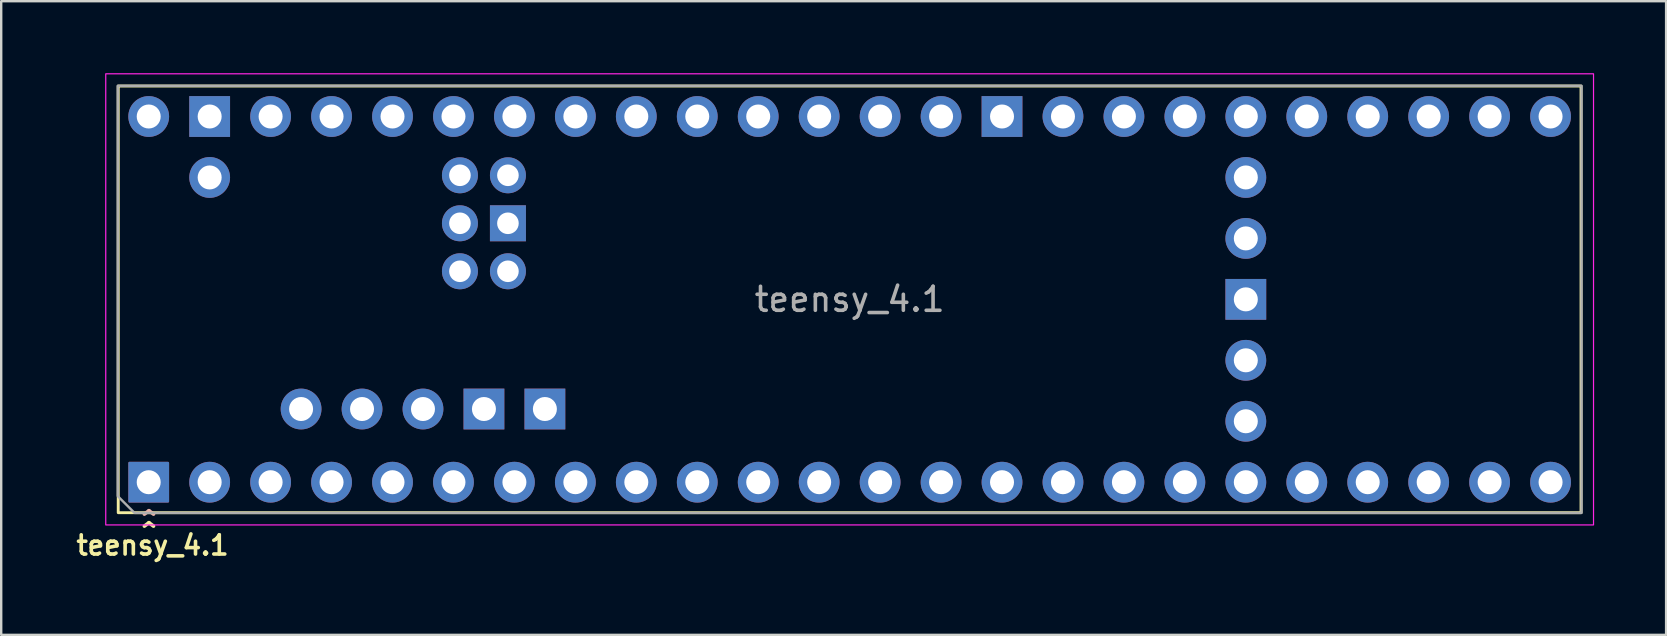
<source format=kicad_pcb>
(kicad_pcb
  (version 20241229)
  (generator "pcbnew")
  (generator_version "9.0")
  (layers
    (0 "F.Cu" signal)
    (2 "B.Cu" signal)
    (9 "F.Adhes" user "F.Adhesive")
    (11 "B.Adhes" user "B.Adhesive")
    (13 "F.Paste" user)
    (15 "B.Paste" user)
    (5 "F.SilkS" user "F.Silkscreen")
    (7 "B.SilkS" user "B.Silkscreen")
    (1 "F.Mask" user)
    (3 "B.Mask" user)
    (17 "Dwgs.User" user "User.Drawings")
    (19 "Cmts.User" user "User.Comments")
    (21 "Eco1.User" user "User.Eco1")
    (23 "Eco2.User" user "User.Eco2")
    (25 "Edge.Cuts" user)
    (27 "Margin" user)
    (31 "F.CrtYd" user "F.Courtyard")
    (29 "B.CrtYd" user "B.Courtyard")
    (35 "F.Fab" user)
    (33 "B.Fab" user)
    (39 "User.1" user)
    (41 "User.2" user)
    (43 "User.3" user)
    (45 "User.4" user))
  (footprint "teensy_4.1"
    (layer "F.Cu")
    (at 32.357 9.425)
    (property "Reference" "teensy_4.1" (at -29.05 10.25 0) (unlocked yes) (layer "F.SilkS") (effects (font (size 0.8 0.8) (thickness 0.15))))
    (attr through_hole)
    (fp_rect (start -30.48 8.89) (end 30.48 -8.89) (stroke (width 0.12) (type solid)) (fill no) (layer "F.SilkS"))
    (fp_rect (start -31 -9.4) (end 31 9.4) (stroke (width 0.05) (type solid)) (fill no) (layer "F.CrtYd"))
    (fp_poly (pts (xy -30.5 8.2) (xy -29.8 8.9) (xy 30.5 8.9) (xy 30.5 -8.9) (xy -30.5 -8.9)) (stroke (width 0.1) (type solid)) (fill no) (layer "F.Fab"))
    (fp_text user "^" (at -29.2 9.9 0) (unlocked yes) (layer "F.SilkS") (effects (font (size 1 1) (thickness 0.15))))
    (fp_text user "^" (at -29.2 9.4 0) (unlocked yes) (layer "B.SilkS") (effects (font (size 1 1) (thickness 0.15)) (justify mirror)))
    (fp_text user "${REFERENCE}" (at 0 0 0) (layer "F.Fab") (effects (font (size 1 1) (thickness 0.15))))
    (pad "1" thru_hole roundrect (at -29.21 7.62) (size 1.7 1.7) (drill 1) (layers "*.Cu" "*.Mask") (remove_unused_layers yes) (keep_end_layers yes) (zone_layer_connections) (roundrect_rratio 0.029))
    (pad "2" thru_hole circle (at -26.67 7.62) (size 1.7 1.7) (drill 1) (layers "*.Cu" "*.Mask") (remove_unused_layers yes) (keep_end_layers yes) (zone_layer_connections))
    (pad "3" thru_hole circle (at -24.13 7.62) (size 1.7 1.7) (drill 1) (layers "*.Cu" "*.Mask") (remove_unused_layers yes) (keep_end_layers yes) (zone_layer_connections))
    (pad "4" thru_hole circle (at -21.59 7.62) (size 1.7 1.7) (drill 1) (layers "*.Cu" "*.Mask") (remove_unused_layers yes) (keep_end_layers yes) (zone_layer_connections))
    (pad "5" thru_hole circle (at -19.05 7.62) (size 1.7 1.7) (drill 1) (layers "*.Cu" "*.Mask") (remove_unused_layers yes) (keep_end_layers yes) (zone_layer_connections))
    (pad "6" thru_hole circle (at -16.51 7.62) (size 1.7 1.7) (drill 1) (layers "*.Cu" "*.Mask") (remove_unused_layers yes) (keep_end_layers yes) (zone_layer_connections))
    (pad "7" thru_hole circle (at -13.97 7.62) (size 1.7 1.7) (drill 1) (layers "*.Cu" "*.Mask") (remove_unused_layers yes) (keep_end_layers yes) (zone_layer_connections))
    (pad "8" thru_hole circle (at -11.43 7.62) (size 1.7 1.7) (drill 1) (layers "*.Cu" "*.Mask") (remove_unused_layers yes) (keep_end_layers yes) (zone_layer_connections))
    (pad "9" thru_hole circle (at -8.89 7.62) (size 1.7 1.7) (drill 1) (layers "*.Cu" "*.Mask") (remove_unused_layers yes) (keep_end_layers yes) (zone_layer_connections))
    (pad "10" thru_hole circle (at -6.35 7.62) (size 1.7 1.7) (drill 1) (layers "*.Cu" "*.Mask") (remove_unused_layers yes) (keep_end_layers yes) (zone_layer_connections))
    (pad "11" thru_hole circle (at -3.81 7.62) (size 1.7 1.7) (drill 1) (layers "*.Cu" "*.Mask") (remove_unused_layers yes) (keep_end_layers yes) (zone_layer_connections))
    (pad "12" thru_hole circle (at -1.27 7.62) (size 1.7 1.7) (drill 1) (layers "*.Cu" "*.Mask") (remove_unused_layers yes) (keep_end_layers yes) (zone_layer_connections))
    (pad "13" thru_hole circle (at 1.27 7.62) (size 1.7 1.7) (drill 1) (layers "*.Cu" "*.Mask") (remove_unused_layers yes) (keep_end_layers yes) (zone_layer_connections))
    (pad "14" thru_hole circle (at 3.81 7.62) (size 1.7 1.7) (drill 1) (layers "*.Cu" "*.Mask") (remove_unused_layers yes) (keep_end_layers yes) (zone_layer_connections))
    (pad "15" thru_hole circle (at 6.35 7.62) (size 1.7 1.7) (drill 1) (layers "*.Cu" "*.Mask") (remove_unused_layers yes) (keep_end_layers yes) (zone_layer_connections))
    (pad "16" thru_hole circle (at 8.89 7.62) (size 1.7 1.7) (drill 1) (layers "*.Cu" "*.Mask") (remove_unused_layers yes) (keep_end_layers yes) (zone_layer_connections))
    (pad "17" thru_hole circle (at 11.43 7.62) (size 1.7 1.7) (drill 1) (layers "*.Cu" "*.Mask") (remove_unused_layers yes) (keep_end_layers yes) (zone_layer_connections))
    (pad "18" thru_hole circle (at 13.97 7.62) (size 1.7 1.7) (drill 1) (layers "*.Cu" "*.Mask") (remove_unused_layers yes) (keep_end_layers yes) (zone_layer_connections))
    (pad "19" thru_hole circle (at 16.51 7.62) (size 1.7 1.7) (drill 1) (layers "*.Cu" "*.Mask") (remove_unused_layers yes) (keep_end_layers yes) (zone_layer_connections))
    (pad "20" thru_hole circle (at 19.05 7.62) (size 1.7 1.7) (drill 1) (layers "*.Cu" "*.Mask") (remove_unused_layers yes) (keep_end_layers yes) (zone_layer_connections))
    (pad "21" thru_hole circle (at 21.59 7.62) (size 1.7 1.7) (drill 1) (layers "*.Cu" "*.Mask") (remove_unused_layers yes) (keep_end_layers yes) (zone_layer_connections))
    (pad "22" thru_hole circle (at 24.13 7.62) (size 1.7 1.7) (drill 1) (layers "*.Cu" "*.Mask") (remove_unused_layers yes) (keep_end_layers yes) (zone_layer_connections))
    (pad "23" thru_hole circle (at 26.67 7.62) (size 1.7 1.7) (drill 1) (layers "*.Cu" "*.Mask") (remove_unused_layers yes) (keep_end_layers yes) (zone_layer_connections))
    (pad "24" thru_hole circle (at 29.21 7.62) (size 1.7 1.7) (drill 1) (layers "*.Cu" "*.Mask") (remove_unused_layers yes) (keep_end_layers yes) (zone_layer_connections))
    (pad "25" thru_hole circle (at 29.21 -7.62) (size 1.7 1.7) (drill 1) (layers "*.Cu" "*.Mask") (remove_unused_layers yes) (keep_end_layers yes) (zone_layer_connections))
    (pad "26" thru_hole circle (at 26.67 -7.62) (size 1.7 1.7) (drill 1) (layers "*.Cu" "*.Mask") (remove_unused_layers yes) (keep_end_layers yes) (zone_layer_connections))
    (pad "27" thru_hole circle (at 24.13 -7.62) (size 1.7 1.7) (drill 1) (layers "*.Cu" "*.Mask") (remove_unused_layers yes) (keep_end_layers yes) (zone_layer_connections))
    (pad "28" thru_hole circle (at 21.59 -7.62) (size 1.7 1.7) (drill 1) (layers "*.Cu" "*.Mask") (remove_unused_layers yes) (keep_end_layers yes) (zone_layer_connections))
    (pad "29" thru_hole circle (at 19.05 -7.62) (size 1.7 1.7) (drill 1) (layers "*.Cu" "*.Mask") (remove_unused_layers yes) (keep_end_layers yes) (zone_layer_connections))
    (pad "30" thru_hole circle (at 16.51 -7.62) (size 1.7 1.7) (drill 1) (layers "*.Cu" "*.Mask") (remove_unused_layers yes) (keep_end_layers yes) (zone_layer_connections))
    (pad "31" thru_hole circle (at 13.97 -7.62) (size 1.7 1.7) (drill 1) (layers "*.Cu" "*.Mask") (remove_unused_layers yes) (keep_end_layers yes) (zone_layer_connections))
    (pad "32" thru_hole circle (at 11.43 -7.62) (size 1.7 1.7) (drill 1) (layers "*.Cu" "*.Mask") (remove_unused_layers yes) (keep_end_layers yes) (zone_layer_connections))
    (pad "33" thru_hole circle (at 8.89 -7.62) (size 1.7 1.7) (drill 1) (layers "*.Cu" "*.Mask") (remove_unused_layers yes) (keep_end_layers yes) (zone_layer_connections))
    (pad "34" thru_hole rect (at 6.35 -7.62) (size 1.7 1.7) (drill 1) (layers "*.Cu" "*.Mask") (remove_unused_layers yes) (keep_end_layers yes) (zone_layer_connections))
    (pad "35" thru_hole circle (at 3.81 -7.62) (size 1.7 1.7) (drill 1) (layers "*.Cu" "*.Mask") (remove_unused_layers yes) (keep_end_layers yes) (zone_layer_connections))
    (pad "36" thru_hole circle (at 1.27 -7.62) (size 1.7 1.7) (drill 1) (layers "*.Cu" "*.Mask") (remove_unused_layers yes) (keep_end_layers yes) (zone_layer_connections))
    (pad "37" thru_hole circle (at -1.27 -7.62) (size 1.7 1.7) (drill 1) (layers "*.Cu" "*.Mask") (remove_unused_layers yes) (keep_end_layers yes) (zone_layer_connections))
    (pad "38" thru_hole circle (at -3.81 -7.62) (size 1.7 1.7) (drill 1) (layers "*.Cu" "*.Mask") (remove_unused_layers yes) (keep_end_layers yes) (zone_layer_connections))
    (pad "39" thru_hole circle (at -6.35 -7.62) (size 1.7 1.7) (drill 1) (layers "*.Cu" "*.Mask") (remove_unused_layers yes) (keep_end_layers yes) (zone_layer_connections))
    (pad "40" thru_hole circle (at -8.89 -7.62) (size 1.7 1.7) (drill 1) (layers "*.Cu" "*.Mask") (remove_unused_layers yes) (keep_end_layers yes) (zone_layer_connections))
    (pad "41" thru_hole circle (at -11.43 -7.62) (size 1.7 1.7) (drill 1) (layers "*.Cu" "*.Mask") (remove_unused_layers yes) (keep_end_layers yes) (zone_layer_connections))
    (pad "42" thru_hole circle (at -13.97 -7.62) (size 1.7 1.7) (drill 1) (layers "*.Cu" "*.Mask") (remove_unused_layers yes) (keep_end_layers yes) (zone_layer_connections))
    (pad "43" thru_hole circle (at -16.51 -7.62) (size 1.7 1.7) (drill 1) (layers "*.Cu" "*.Mask") (remove_unused_layers yes) (keep_end_layers yes) (zone_layer_connections))
    (pad "44" thru_hole circle (at -19.05 -7.62) (size 1.7 1.7) (drill 1) (layers "*.Cu" "*.Mask") (remove_unused_layers yes) (keep_end_layers yes) (zone_layer_connections))
    (pad "45" thru_hole circle (at -21.59 -7.62) (size 1.7 1.7) (drill 1) (layers "*.Cu" "*.Mask") (remove_unused_layers yes) (keep_end_layers yes) (zone_layer_connections))
    (pad "46" thru_hole circle (at -24.13 -7.62) (size 1.7 1.7) (drill 1) (layers "*.Cu" "*.Mask") (remove_unused_layers yes) (keep_end_layers yes) (zone_layer_connections))
    (pad "47" thru_hole rect (at -26.67 -7.62) (size 1.7 1.7) (drill 1) (layers "*.Cu" "*.Mask") (remove_unused_layers yes) (keep_end_layers yes) (zone_layer_connections))
    (pad "48" thru_hole circle (at -29.21 -7.62) (size 1.7 1.7) (drill 1) (layers "*.Cu" "*.Mask") (remove_unused_layers yes) (keep_end_layers yes) (zone_layer_connections))
    (pad "49" thru_hole circle (at 16.51 5.08) (size 1.7 1.7) (drill 1) (layers "*.Cu" "*.Mask") (remove_unused_layers yes) (keep_end_layers yes) (zone_layer_connections))
    (pad "50" thru_hole circle (at 16.51 2.54) (size 1.7 1.7) (drill 1) (layers "*.Cu" "*.Mask") (remove_unused_layers yes) (keep_end_layers yes) (zone_layer_connections))
    (pad "51" thru_hole rect (at 16.51 0) (size 1.7 1.7) (drill 1) (layers "*.Cu" "*.Mask") (remove_unused_layers yes) (keep_end_layers yes) (zone_layer_connections))
    (pad "52" thru_hole circle (at 16.51 -2.54) (size 1.7 1.7) (drill 1) (layers "*.Cu" "*.Mask") (remove_unused_layers yes) (keep_end_layers yes) (zone_layer_connections))
    (pad "53" thru_hole circle (at 16.51 -5.08) (size 1.7 1.7) (drill 1) (layers "*.Cu" "*.Mask") (remove_unused_layers yes) (keep_end_layers yes) (zone_layer_connections))
    (pad "54" thru_hole circle (at -22.86 4.57) (size 1.7 1.7) (drill 1) (layers "*.Cu" "*.Mask") (remove_unused_layers yes) (keep_end_layers yes) (zone_layer_connections))
    (pad "55" thru_hole circle (at -20.32 4.57) (size 1.7 1.7) (drill 1) (layers "*.Cu" "*.Mask") (remove_unused_layers yes) (keep_end_layers yes) (zone_layer_connections))
    (pad "56" thru_hole circle (at -17.78 4.57) (size 1.7 1.7) (drill 1) (layers "*.Cu" "*.Mask") (remove_unused_layers yes) (keep_end_layers yes) (zone_layer_connections))
    (pad "57" thru_hole rect (at -15.24 4.57) (size 1.7 1.7) (drill 1) (layers "*.Cu" "*.Mask") (remove_unused_layers yes) (keep_end_layers yes) (zone_layer_connections))
    (pad "58" thru_hole rect (at -12.7 4.57) (size 1.7 1.7) (drill 1) (layers "*.Cu" "*.Mask") (remove_unused_layers yes) (keep_end_layers yes) (zone_layer_connections))
    (pad "59" thru_hole circle (at -26.67 -5.08) (size 1.7 1.7) (drill 1) (layers "*.Cu" "*.Mask") (remove_unused_layers yes) (keep_end_layers yes) (zone_layer_connections))
    (pad "60" thru_hole circle (at -16.24 -5.17) (size 1.5 1.5) (drill 0.9) (layers "*.Cu" "*.Mask") (remove_unused_layers yes) (keep_end_layers yes) (zone_layer_connections))
    (pad "61" thru_hole circle (at -14.24 -5.17) (size 1.5 1.5) (drill 0.9) (layers "*.Cu" "*.Mask") (remove_unused_layers yes) (keep_end_layers yes) (zone_layer_connections))
    (pad "62" thru_hole circle (at -16.24 -3.17) (size 1.5 1.5) (drill 0.9) (layers "*.Cu" "*.Mask") (remove_unused_layers yes) (keep_end_layers yes) (zone_layer_connections))
    (pad "63" thru_hole rect (at -14.24 -3.17) (size 1.5 1.5) (drill 0.9) (layers "*.Cu" "*.Mask") (remove_unused_layers yes) (keep_end_layers yes) (zone_layer_connections))
    (pad "64" thru_hole circle (at -16.24 -1.17) (size 1.5 1.5) (drill 0.9) (layers "*.Cu" "*.Mask") (remove_unused_layers yes) (keep_end_layers yes) (zone_layer_connections))
    (pad "65" thru_hole circle (at -14.24 -1.17) (size 1.5 1.5) (drill 0.9) (layers "*.Cu" "*.Mask") (remove_unused_layers yes) (keep_end_layers yes) (zone_layer_connections)))
  (gr_rect
    (start -3 -3)
    (end 66.382 23.406)
    (stroke (width 0.1) (type default))
    (fill no)
    (layer "Edge.Cuts")))
</source>
